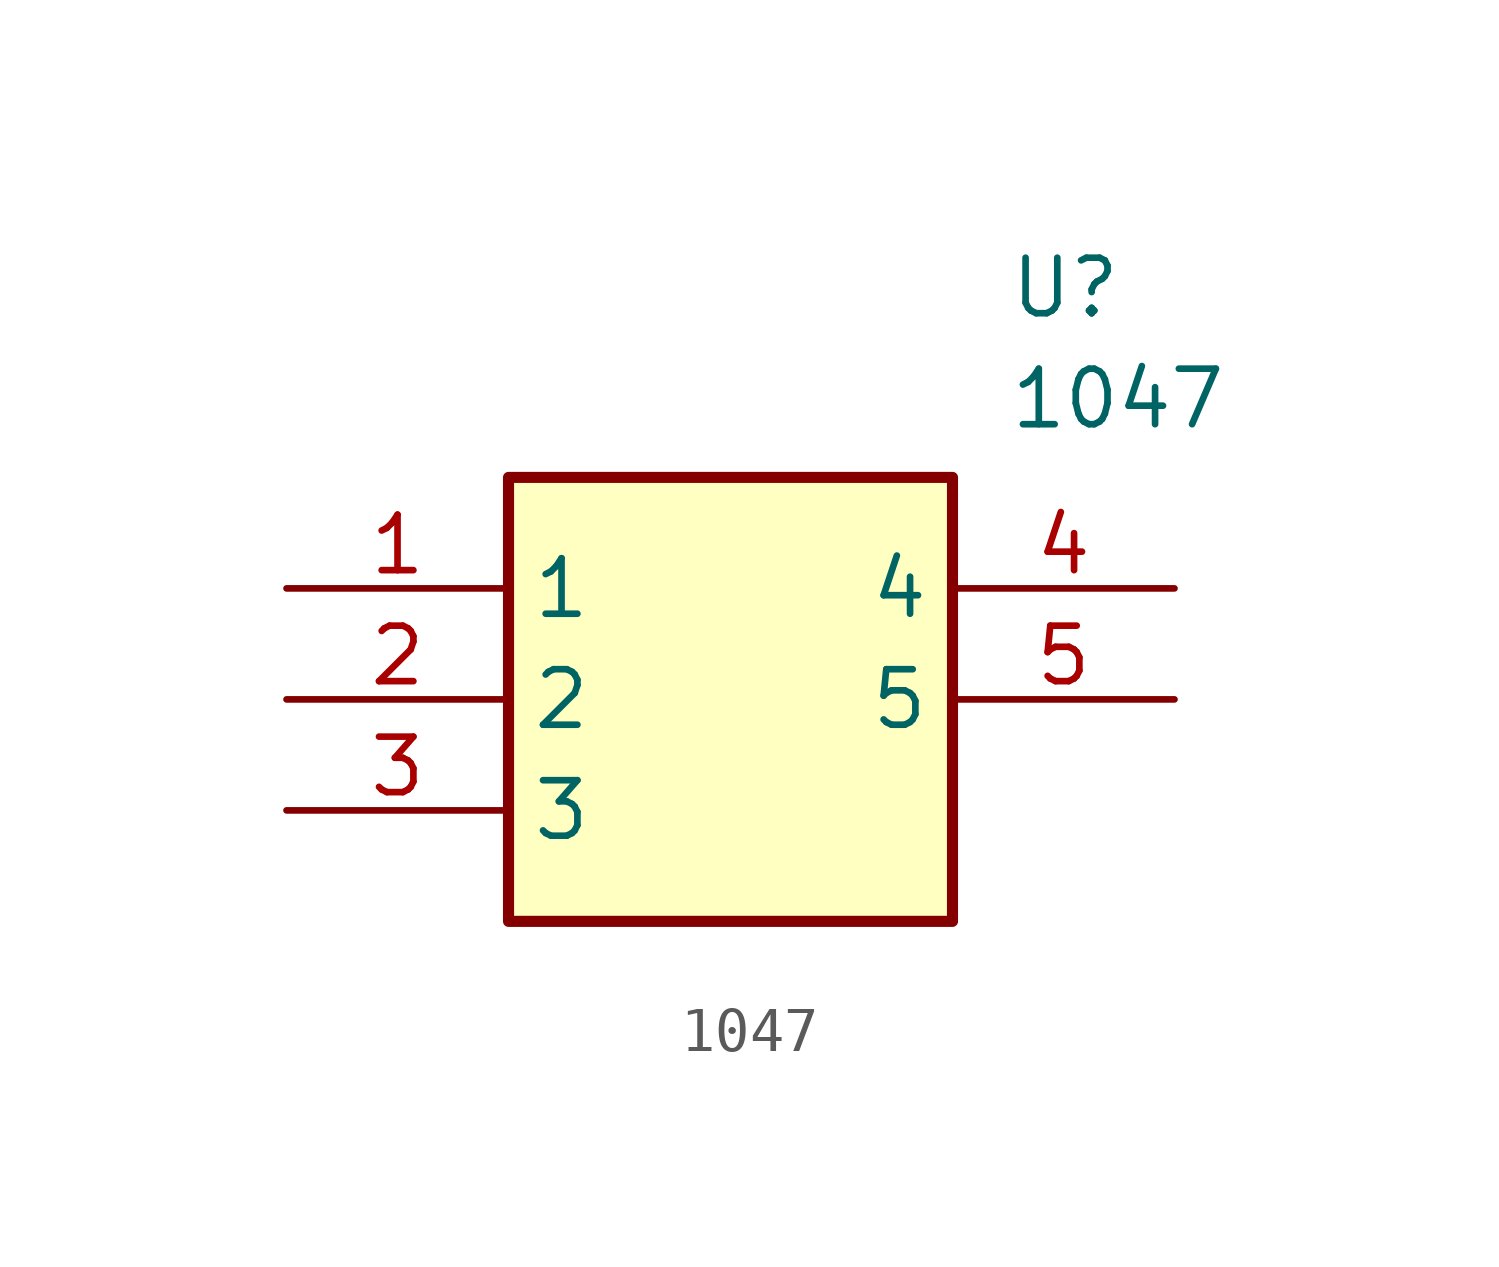
<source format=kicad_sym>
(kicad_symbol_lib
  (version 20211014)
  (generator SamacSys_ECAD_Model)
  (symbol "1047"
    (property "Reference" "U"
      (at 16.51 7.62 0)
      (effects (font (size 1.27 1.27)) (justify left top)))
    (property "Value" "1047"
      (at 16.51 5.08 0)
      (effects (font (size 1.27 1.27)) (justify left top)))
    (rectangle
      (start 5.08 2.54)
      (end 15.24 -7.62)
      (stroke (width 0.254) (type default))
      (fill (type background)))
    (pin passive line
      (at 0 0 0)
      (length 5.08)
      (name "1" (effects (font (size 1.27 1.27))))
      (number "1" (effects (font (size 1.27 1.27)))))
    (pin passive line
      (at 0 -2.54 0)
      (length 5.08)
      (name "2" (effects (font (size 1.27 1.27))))
      (number "2" (effects (font (size 1.27 1.27)))))
    (pin passive line
      (at 0 -5.08 0)
      (length 5.08)
      (name "3" (effects (font (size 1.27 1.27))))
      (number "3" (effects (font (size 1.27 1.27)))))
    (pin passive line
      (at 20.32 0 180)
      (length 5.08)
      (name "4" (effects (font (size 1.27 1.27))))
      (number "4" (effects (font (size 1.27 1.27)))))
    (pin passive line
      (at 20.32 -2.54 180)
      (length 5.08)
      (name "5" (effects (font (size 1.27 1.27))))
      (number "5" (effects (font (size 1.27 1.27)))))))
</source>
